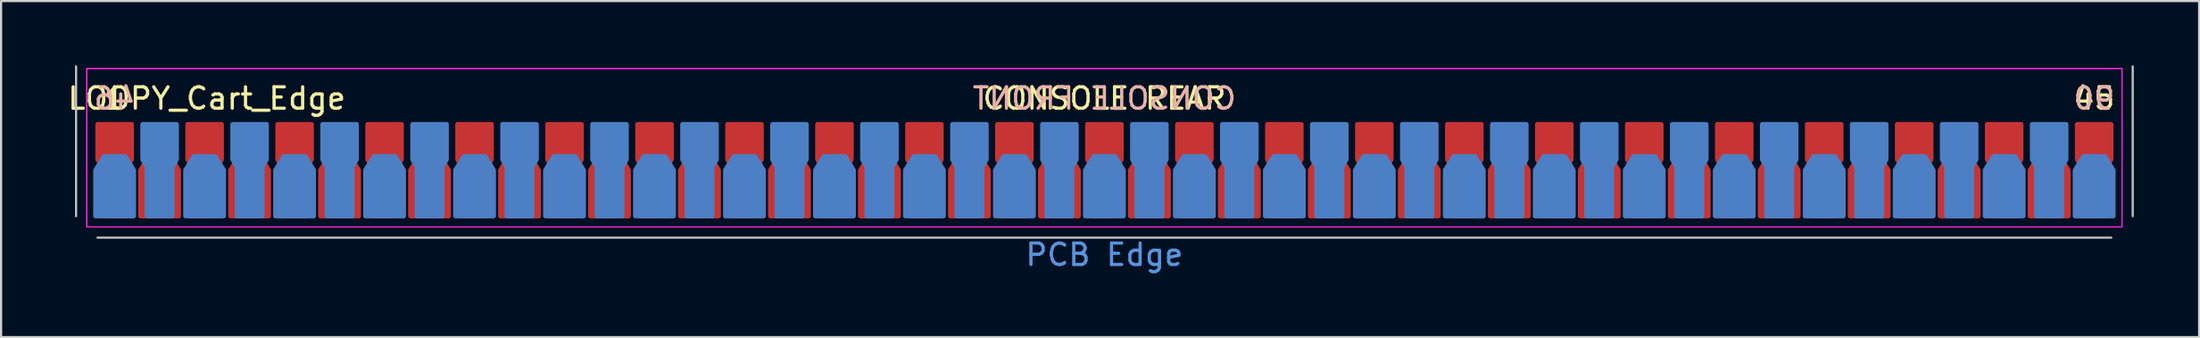
<source format=kicad_pcb>
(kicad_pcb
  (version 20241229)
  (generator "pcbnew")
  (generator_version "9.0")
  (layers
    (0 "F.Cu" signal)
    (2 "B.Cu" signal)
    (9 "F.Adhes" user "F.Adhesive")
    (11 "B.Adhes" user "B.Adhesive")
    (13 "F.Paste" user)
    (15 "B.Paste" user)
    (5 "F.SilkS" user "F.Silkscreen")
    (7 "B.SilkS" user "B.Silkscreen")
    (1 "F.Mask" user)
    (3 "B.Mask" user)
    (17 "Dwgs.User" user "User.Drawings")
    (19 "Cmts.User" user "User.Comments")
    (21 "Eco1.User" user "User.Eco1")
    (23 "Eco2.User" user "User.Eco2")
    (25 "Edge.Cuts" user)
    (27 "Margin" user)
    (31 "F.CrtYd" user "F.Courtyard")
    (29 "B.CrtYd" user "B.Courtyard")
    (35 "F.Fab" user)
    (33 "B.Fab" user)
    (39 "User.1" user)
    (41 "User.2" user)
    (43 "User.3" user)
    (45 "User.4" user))
  (footprint "LOOPY_Cart_Edge"
    (layer "F.Cu")
    (at 48.501 3.85)
    (property "Reference" "LOOPY_Cart_Edge" (at -41.9 -2.3 180) (layer "F.SilkS") (effects (font (size 1 1) (thickness 0.15))))
    (attr through_hole)
    (fp_rect (start -48.1 -1.3) (end 48.1 4.3) (stroke (width 0) (type solid)) (fill yes) (layer "F.Mask"))
    (fp_rect (start -48.1 -1.3) (end 48.1 4.3) (stroke (width 0) (type solid)) (fill yes) (layer "B.Mask"))
    (fp_line (start -48 3.2) (end -48 -3.8) (stroke (width 0.1) (type default)) (layer "Dwgs.User"))
    (fp_line (start -47 4.2) (end 47 4.2) (stroke (width 0.1) (type default)) (layer "Dwgs.User"))
    (fp_line (start 48 3.2) (end 48 -3.8) (stroke (width 0.1) (type default)) (layer "Dwgs.User"))
    (fp_rect (start -47.5 -3.7) (end 47.5 3.7) (stroke (width 0.05) (type default)) (fill no) (layer "F.CrtYd"))
    (fp_rect (start -47.5 -3.7) (end 47.5 3.7) (stroke (width 0.05) (type default)) (fill no) (layer "F.CrtYd"))
    (fp_text user "1" (at -46.2 -2.3 0) (unlocked yes) (layer "F.SilkS") (effects (font (size 1 1) (thickness 0.15))))
    (fp_text user "CONSOLE REAR" (at 0 -2.3 0) (unlocked yes) (layer "F.SilkS") (effects (font (size 1 1) (thickness 0.15))))
    (fp_text user "45" (at 46.2 -2.3 0) (unlocked yes) (layer "F.SilkS") (effects (font (size 1 1) (thickness 0.15))))
    (fp_text user "CONSOLE FRONT" (at 0 -2.3 0) (unlocked yes) (layer "B.SilkS") (effects (font (size 1 1) (thickness 0.15)) (justify mirror)))
    (fp_text user "90" (at 46.2 -2.3 0) (unlocked yes) (layer "B.SilkS") (effects (font (size 1 1) (thickness 0.15)) (justify mirror)))
    (fp_text user "46" (at -46.2 -2.3 0) (unlocked yes) (layer "B.SilkS") (effects (font (size 1 1) (thickness 0.15)) (justify mirror)))
    (fp_text user "PCB Edge" (at 0 5 0) (unlocked yes) (layer "Cmts.User") (effects (font (size 1 1) (thickness 0.15))))
    (pad "1" connect custom (at -46.2 1.8) (size 1 1) (layers "F.Cu" "F.Mask") (options (anchor rect)) (primitives (gr_poly (pts (xy 0.6 1.4) (xy -0.6 1.4) (xy -0.6 -0.9) (xy -0.8 -1.25) (xy -0.8 -2.9) (xy 0.8 -2.9) (xy 0.8 -1.25) (xy 0.6 -0.9)) (width 0.2) (fill yes))))
    (pad "2" connect custom (at -44.1 1.8) (size 1 1) (layers "F.Cu" "F.Mask") (options (anchor rect)) (primitives (gr_poly (pts (xy 0.9 1.4) (xy -0.9 1.4) (xy -0.9 -0.75) (xy -0.5 -1.4) (xy 0.5 -1.4) (xy 0.9 -0.75)) (width 0.2) (fill yes))))
    (pad "3" connect custom (at -42 1.8) (size 1 1) (layers "F.Cu" "F.Mask") (options (anchor rect)) (primitives (gr_poly (pts (xy 0.6 1.4) (xy -0.6 1.4) (xy -0.6 -0.9) (xy -0.8 -1.25) (xy -0.8 -2.9) (xy 0.8 -2.9) (xy 0.8 -1.25) (xy 0.6 -0.9)) (width 0.2) (fill yes))))
    (pad "4" connect custom (at -39.9 1.8) (size 1 1) (layers "F.Cu" "F.Mask") (options (anchor rect)) (primitives (gr_poly (pts (xy 0.9 1.4) (xy -0.9 1.4) (xy -0.9 -0.75) (xy -0.5 -1.4) (xy 0.5 -1.4) (xy 0.9 -0.75)) (width 0.2) (fill yes))))
    (pad "5" connect custom (at -37.8 1.8) (size 1 1) (layers "F.Cu" "F.Mask") (options (anchor rect)) (primitives (gr_poly (pts (xy 0.6 1.4) (xy -0.6 1.4) (xy -0.6 -0.9) (xy -0.8 -1.25) (xy -0.8 -2.9) (xy 0.8 -2.9) (xy 0.8 -1.25) (xy 0.6 -0.9)) (width 0.2) (fill yes))))
    (pad "6" connect custom (at -35.7 1.8) (size 1 1) (layers "F.Cu" "F.Mask") (options (anchor rect)) (primitives (gr_poly (pts (xy 0.9 1.4) (xy -0.9 1.4) (xy -0.9 -0.75) (xy -0.5 -1.4) (xy 0.5 -1.4) (xy 0.9 -0.75)) (width 0.2) (fill yes))))
    (pad "7" connect custom (at -33.6 1.8) (size 1 1) (layers "F.Cu" "F.Mask") (options (anchor rect)) (primitives (gr_poly (pts (xy 0.6 1.4) (xy -0.6 1.4) (xy -0.6 -0.9) (xy -0.8 -1.25) (xy -0.8 -2.9) (xy 0.8 -2.9) (xy 0.8 -1.25) (xy 0.6 -0.9)) (width 0.2) (fill yes))))
    (pad "8" connect custom (at -31.5 1.8) (size 1 1) (layers "F.Cu" "F.Mask") (options (anchor rect)) (primitives (gr_poly (pts (xy 0.9 1.4) (xy -0.9 1.4) (xy -0.9 -0.75) (xy -0.5 -1.4) (xy 0.5 -1.4) (xy 0.9 -0.75)) (width 0.2) (fill yes))))
    (pad "9" connect custom (at -29.4 1.8) (size 1 1) (layers "F.Cu" "F.Mask") (options (anchor rect)) (primitives (gr_poly (pts (xy 0.6 1.4) (xy -0.6 1.4) (xy -0.6 -0.9) (xy -0.8 -1.25) (xy -0.8 -2.9) (xy 0.8 -2.9) (xy 0.8 -1.25) (xy 0.6 -0.9)) (width 0.2) (fill yes))))
    (pad "10" connect custom (at -27.3 1.8) (size 1 1) (layers "F.Cu" "F.Mask") (options (anchor rect)) (primitives (gr_poly (pts (xy 0.9 1.4) (xy -0.9 1.4) (xy -0.9 -0.75) (xy -0.5 -1.4) (xy 0.5 -1.4) (xy 0.9 -0.75)) (width 0.2) (fill yes))))
    (pad "11" connect custom (at -25.2 1.8) (size 1 1) (layers "F.Cu" "F.Mask") (options (anchor rect)) (primitives (gr_poly (pts (xy 0.6 1.4) (xy -0.6 1.4) (xy -0.6 -0.9) (xy -0.8 -1.25) (xy -0.8 -2.9) (xy 0.8 -2.9) (xy 0.8 -1.25) (xy 0.6 -0.9)) (width 0.2) (fill yes))))
    (pad "12" connect custom (at -23.1 1.8) (size 1 1) (layers "F.Cu" "F.Mask") (options (anchor rect)) (primitives (gr_poly (pts (xy 0.9 1.4) (xy -0.9 1.4) (xy -0.9 -0.75) (xy -0.5 -1.4) (xy 0.5 -1.4) (xy 0.9 -0.75)) (width 0.2) (fill yes))))
    (pad "13" connect custom (at -21 1.8) (size 1 1) (layers "F.Cu" "F.Mask") (options (anchor rect)) (primitives (gr_poly (pts (xy 0.6 1.4) (xy -0.6 1.4) (xy -0.6 -0.9) (xy -0.8 -1.25) (xy -0.8 -2.9) (xy 0.8 -2.9) (xy 0.8 -1.25) (xy 0.6 -0.9)) (width 0.2) (fill yes))))
    (pad "14" connect custom (at -18.9 1.8) (size 1 1) (layers "F.Cu" "F.Mask") (options (anchor rect)) (primitives (gr_poly (pts (xy 0.9 1.4) (xy -0.9 1.4) (xy -0.9 -0.75) (xy -0.5 -1.4) (xy 0.5 -1.4) (xy 0.9 -0.75)) (width 0.2) (fill yes))))
    (pad "15" connect custom (at -16.8 1.8) (size 1 1) (layers "F.Cu" "F.Mask") (options (anchor rect)) (primitives (gr_poly (pts (xy 0.6 1.4) (xy -0.6 1.4) (xy -0.6 -0.9) (xy -0.8 -1.25) (xy -0.8 -2.9) (xy 0.8 -2.9) (xy 0.8 -1.25) (xy 0.6 -0.9)) (width 0.2) (fill yes))))
    (pad "16" connect custom (at -14.7 1.8) (size 1 1) (layers "F.Cu" "F.Mask") (options (anchor rect)) (primitives (gr_poly (pts (xy 0.9 1.4) (xy -0.9 1.4) (xy -0.9 -0.75) (xy -0.5 -1.4) (xy 0.5 -1.4) (xy 0.9 -0.75)) (width 0.2) (fill yes))))
    (pad "17" connect custom (at -12.6 1.8) (size 1 1) (layers "F.Cu" "F.Mask") (options (anchor rect)) (primitives (gr_poly (pts (xy 0.6 1.4) (xy -0.6 1.4) (xy -0.6 -0.9) (xy -0.8 -1.25) (xy -0.8 -2.9) (xy 0.8 -2.9) (xy 0.8 -1.25) (xy 0.6 -0.9)) (width 0.2) (fill yes))))
    (pad "18" connect custom (at -10.5 1.8) (size 1 1) (layers "F.Cu" "F.Mask") (options (anchor rect)) (primitives (gr_poly (pts (xy 0.9 1.4) (xy -0.9 1.4) (xy -0.9 -0.75) (xy -0.5 -1.4) (xy 0.5 -1.4) (xy 0.9 -0.75)) (width 0.2) (fill yes))))
    (pad "19" connect custom (at -8.4 1.8) (size 1 1) (layers "F.Cu" "F.Mask") (options (anchor rect)) (primitives (gr_poly (pts (xy 0.6 1.4) (xy -0.6 1.4) (xy -0.6 -0.9) (xy -0.8 -1.25) (xy -0.8 -2.9) (xy 0.8 -2.9) (xy 0.8 -1.25) (xy 0.6 -0.9)) (width 0.2) (fill yes))))
    (pad "20" connect custom (at -6.3 1.8) (size 1 1) (layers "F.Cu" "F.Mask") (options (anchor rect)) (primitives (gr_poly (pts (xy 0.9 1.4) (xy -0.9 1.4) (xy -0.9 -0.75) (xy -0.5 -1.4) (xy 0.5 -1.4) (xy 0.9 -0.75)) (width 0.2) (fill yes))))
    (pad "21" connect custom (at -4.2 1.8) (size 1 1) (layers "F.Cu" "F.Mask") (options (anchor rect)) (primitives (gr_poly (pts (xy 0.6 1.4) (xy -0.6 1.4) (xy -0.6 -0.9) (xy -0.8 -1.25) (xy -0.8 -2.9) (xy 0.8 -2.9) (xy 0.8 -1.25) (xy 0.6 -0.9)) (width 0.2) (fill yes))))
    (pad "22" connect custom (at -2.1 1.8) (size 1 1) (layers "F.Cu" "F.Mask") (options (anchor rect)) (primitives (gr_poly (pts (xy 0.9 1.4) (xy -0.9 1.4) (xy -0.9 -0.75) (xy -0.5 -1.4) (xy 0.5 -1.4) (xy 0.9 -0.75)) (width 0.2) (fill yes))))
    (pad "23" connect custom (at 0 1.8) (size 1 1) (layers "F.Cu" "F.Mask") (options (anchor rect)) (primitives (gr_poly (pts (xy 0.6 1.4) (xy -0.6 1.4) (xy -0.6 -0.9) (xy -0.8 -1.25) (xy -0.8 -2.9) (xy 0.8 -2.9) (xy 0.8 -1.25) (xy 0.6 -0.9)) (width 0.2) (fill yes))))
    (pad "24" connect custom (at 2.1 1.8) (size 1 1) (layers "F.Cu" "F.Mask") (options (anchor rect)) (primitives (gr_poly (pts (xy 0.9 1.4) (xy -0.9 1.4) (xy -0.9 -0.75) (xy -0.5 -1.4) (xy 0.5 -1.4) (xy 0.9 -0.75)) (width 0.2) (fill yes))))
    (pad "25" connect custom (at 4.2 1.8) (size 1 1) (layers "F.Cu" "F.Mask") (options (anchor rect)) (primitives (gr_poly (pts (xy 0.6 1.4) (xy -0.6 1.4) (xy -0.6 -0.9) (xy -0.8 -1.25) (xy -0.8 -2.9) (xy 0.8 -2.9) (xy 0.8 -1.25) (xy 0.6 -0.9)) (width 0.2) (fill yes))))
    (pad "26" connect custom (at 6.3 1.8) (size 1 1) (layers "F.Cu" "F.Mask") (options (anchor rect)) (primitives (gr_poly (pts (xy 0.9 1.4) (xy -0.9 1.4) (xy -0.9 -0.75) (xy -0.5 -1.4) (xy 0.5 -1.4) (xy 0.9 -0.75)) (width 0.2) (fill yes))))
    (pad "27" connect custom (at 8.4 1.8) (size 1 1) (layers "F.Cu" "F.Mask") (options (anchor rect)) (primitives (gr_poly (pts (xy 0.6 1.4) (xy -0.6 1.4) (xy -0.6 -0.9) (xy -0.8 -1.25) (xy -0.8 -2.9) (xy 0.8 -2.9) (xy 0.8 -1.25) (xy 0.6 -0.9)) (width 0.2) (fill yes))))
    (pad "28" connect custom (at 10.5 1.8) (size 1 1) (layers "F.Cu" "F.Mask") (options (anchor rect)) (primitives (gr_poly (pts (xy 0.9 1.4) (xy -0.9 1.4) (xy -0.9 -0.75) (xy -0.5 -1.4) (xy 0.5 -1.4) (xy 0.9 -0.75)) (width 0.2) (fill yes))))
    (pad "29" connect custom (at 12.6 1.8) (size 1 1) (layers "F.Cu" "F.Mask") (options (anchor rect)) (primitives (gr_poly (pts (xy 0.6 1.4) (xy -0.6 1.4) (xy -0.6 -0.9) (xy -0.8 -1.25) (xy -0.8 -2.9) (xy 0.8 -2.9) (xy 0.8 -1.25) (xy 0.6 -0.9)) (width 0.2) (fill yes))))
    (pad "30" connect custom (at 14.7 1.8) (size 1 1) (layers "F.Cu" "F.Mask") (options (anchor rect)) (primitives (gr_poly (pts (xy 0.9 1.4) (xy -0.9 1.4) (xy -0.9 -0.75) (xy -0.5 -1.4) (xy 0.5 -1.4) (xy 0.9 -0.75)) (width 0.2) (fill yes))))
    (pad "31" connect custom (at 16.8 1.8) (size 1 1) (layers "F.Cu" "F.Mask") (options (anchor rect)) (primitives (gr_poly (pts (xy 0.6 1.4) (xy -0.6 1.4) (xy -0.6 -0.9) (xy -0.8 -1.25) (xy -0.8 -2.9) (xy 0.8 -2.9) (xy 0.8 -1.25) (xy 0.6 -0.9)) (width 0.2) (fill yes))))
    (pad "32" connect custom (at 18.9 1.8) (size 1 1) (layers "F.Cu" "F.Mask") (options (anchor rect)) (primitives (gr_poly (pts (xy 0.9 1.4) (xy -0.9 1.4) (xy -0.9 -0.75) (xy -0.5 -1.4) (xy 0.5 -1.4) (xy 0.9 -0.75)) (width 0.2) (fill yes))))
    (pad "33" connect custom (at 21 1.8) (size 1 1) (layers "F.Cu" "F.Mask") (options (anchor rect)) (primitives (gr_poly (pts (xy 0.6 1.4) (xy -0.6 1.4) (xy -0.6 -0.9) (xy -0.8 -1.25) (xy -0.8 -2.9) (xy 0.8 -2.9) (xy 0.8 -1.25) (xy 0.6 -0.9)) (width 0.2) (fill yes))))
    (pad "34" connect custom (at 23.1 1.8) (size 1 1) (layers "F.Cu" "F.Mask") (options (anchor rect)) (primitives (gr_poly (pts (xy 0.9 1.4) (xy -0.9 1.4) (xy -0.9 -0.75) (xy -0.5 -1.4) (xy 0.5 -1.4) (xy 0.9 -0.75)) (width 0.2) (fill yes))))
    (pad "35" connect custom (at 25.2 1.8) (size 1 1) (layers "F.Cu" "F.Mask") (options (anchor rect)) (primitives (gr_poly (pts (xy 0.6 1.4) (xy -0.6 1.4) (xy -0.6 -0.9) (xy -0.8 -1.25) (xy -0.8 -2.9) (xy 0.8 -2.9) (xy 0.8 -1.25) (xy 0.6 -0.9)) (width 0.2) (fill yes))))
    (pad "36" connect custom (at 27.3 1.8) (size 1 1) (layers "F.Cu" "F.Mask") (options (anchor rect)) (primitives (gr_poly (pts (xy 0.9 1.4) (xy -0.9 1.4) (xy -0.9 -0.75) (xy -0.5 -1.4) (xy 0.5 -1.4) (xy 0.9 -0.75)) (width 0.2) (fill yes))))
    (pad "37" connect custom (at 29.4 1.8) (size 1 1) (layers "F.Cu" "F.Mask") (options (anchor rect)) (primitives (gr_poly (pts (xy 0.6 1.4) (xy -0.6 1.4) (xy -0.6 -0.9) (xy -0.8 -1.25) (xy -0.8 -2.9) (xy 0.8 -2.9) (xy 0.8 -1.25) (xy 0.6 -0.9)) (width 0.2) (fill yes))))
    (pad "38" connect custom (at 31.5 1.8) (size 1 1) (layers "F.Cu" "F.Mask") (options (anchor rect)) (primitives (gr_poly (pts (xy 0.9 1.4) (xy -0.9 1.4) (xy -0.9 -0.75) (xy -0.5 -1.4) (xy 0.5 -1.4) (xy 0.9 -0.75)) (width 0.2) (fill yes))))
    (pad "39" connect custom (at 33.6 1.8) (size 1 1) (layers "F.Cu" "F.Mask") (options (anchor rect)) (primitives (gr_poly (pts (xy 0.6 1.4) (xy -0.6 1.4) (xy -0.6 -0.9) (xy -0.8 -1.25) (xy -0.8 -2.9) (xy 0.8 -2.9) (xy 0.8 -1.25) (xy 0.6 -0.9)) (width 0.2) (fill yes))))
    (pad "40" connect custom (at 35.7 1.8) (size 1 1) (layers "F.Cu" "F.Mask") (options (anchor rect)) (primitives (gr_poly (pts (xy 0.9 1.4) (xy -0.9 1.4) (xy -0.9 -0.75) (xy -0.5 -1.4) (xy 0.5 -1.4) (xy 0.9 -0.75)) (width 0.2) (fill yes))))
    (pad "41" connect custom (at 37.8 1.8) (size 1 1) (layers "F.Cu" "F.Mask") (options (anchor rect)) (primitives (gr_poly (pts (xy 0.6 1.4) (xy -0.6 1.4) (xy -0.6 -0.9) (xy -0.8 -1.25) (xy -0.8 -2.9) (xy 0.8 -2.9) (xy 0.8 -1.25) (xy 0.6 -0.9)) (width 0.2) (fill yes))))
    (pad "42" connect custom (at 39.9 1.8) (size 1 1) (layers "F.Cu" "F.Mask") (options (anchor rect)) (primitives (gr_poly (pts (xy 0.9 1.4) (xy -0.9 1.4) (xy -0.9 -0.75) (xy -0.5 -1.4) (xy 0.5 -1.4) (xy 0.9 -0.75)) (width 0.2) (fill yes))))
    (pad "43" connect custom (at 42 1.8) (size 1 1) (layers "F.Cu" "F.Mask") (options (anchor rect)) (primitives (gr_poly (pts (xy 0.6 1.4) (xy -0.6 1.4) (xy -0.6 -0.9) (xy -0.8 -1.25) (xy -0.8 -2.9) (xy 0.8 -2.9) (xy 0.8 -1.25) (xy 0.6 -0.9)) (width 0.2) (fill yes))))
    (pad "44" connect custom (at 44.1 1.8) (size 1 1) (layers "F.Cu" "F.Mask") (options (anchor rect)) (primitives (gr_poly (pts (xy 0.9 1.4) (xy -0.9 1.4) (xy -0.9 -0.75) (xy -0.5 -1.4) (xy 0.5 -1.4) (xy 0.9 -0.75)) (width 0.2) (fill yes))))
    (pad "45" connect custom (at 46.2 1.8) (size 1 1) (layers "F.Cu" "F.Mask") (options (anchor rect)) (primitives (gr_poly (pts (xy 0.6 1.4) (xy -0.6 1.4) (xy -0.6 -0.9) (xy -0.8 -1.25) (xy -0.8 -2.9) (xy 0.8 -2.9) (xy 0.8 -1.25) (xy 0.6 -0.9)) (width 0.2) (fill yes))))
    (pad "46" connect custom (at -46.2 1.8) (size 1 1) (layers "B.Cu" "B.Mask") (options (anchor rect)) (primitives (gr_poly (pts (xy -0.9 1.4) (xy 0.9 1.4) (xy 0.9 -0.75) (xy 0.5 -1.4) (xy -0.5 -1.4) (xy -0.9 -0.75)) (width 0.2) (fill yes))))
    (pad "47" connect custom (at -44.1 1.8) (size 1 1) (layers "B.Cu" "B.Mask") (options (anchor rect)) (primitives (gr_poly (pts (xy -0.6 1.4) (xy 0.6 1.4) (xy 0.6 -0.9) (xy 0.8 -1.25) (xy 0.8 -2.9) (xy -0.8 -2.9) (xy -0.8 -1.25) (xy -0.6 -0.9)) (width 0.2) (fill yes))))
    (pad "48" connect custom (at -42 1.8) (size 1 1) (layers "B.Cu" "B.Mask") (options (anchor rect)) (primitives (gr_poly (pts (xy -0.9 1.4) (xy 0.9 1.4) (xy 0.9 -0.75) (xy 0.5 -1.4) (xy -0.5 -1.4) (xy -0.9 -0.75)) (width 0.2) (fill yes))))
    (pad "49" connect custom (at -39.9 1.8) (size 1 1) (layers "B.Cu" "B.Mask") (options (anchor rect)) (primitives (gr_poly (pts (xy -0.6 1.4) (xy 0.6 1.4) (xy 0.6 -0.9) (xy 0.8 -1.25) (xy 0.8 -2.9) (xy -0.8 -2.9) (xy -0.8 -1.25) (xy -0.6 -0.9)) (width 0.2) (fill yes))))
    (pad "50" connect custom (at -37.8 1.8) (size 1 1) (layers "B.Cu" "B.Mask") (options (anchor rect)) (primitives (gr_poly (pts (xy -0.9 1.4) (xy 0.9 1.4) (xy 0.9 -0.75) (xy 0.5 -1.4) (xy -0.5 -1.4) (xy -0.9 -0.75)) (width 0.2) (fill yes))))
    (pad "51" connect custom (at -35.7 1.8) (size 1 1) (layers "B.Cu" "B.Mask") (options (anchor rect)) (primitives (gr_poly (pts (xy -0.6 1.4) (xy 0.6 1.4) (xy 0.6 -0.9) (xy 0.8 -1.25) (xy 0.8 -2.9) (xy -0.8 -2.9) (xy -0.8 -1.25) (xy -0.6 -0.9)) (width 0.2) (fill yes))))
    (pad "52" connect custom (at -33.6 1.8) (size 1 1) (layers "B.Cu" "B.Mask") (options (anchor rect)) (primitives (gr_poly (pts (xy -0.9 1.4) (xy 0.9 1.4) (xy 0.9 -0.75) (xy 0.5 -1.4) (xy -0.5 -1.4) (xy -0.9 -0.75)) (width 0.2) (fill yes))))
    (pad "53" connect custom (at -31.5 1.8) (size 1 1) (layers "B.Cu" "B.Mask") (options (anchor rect)) (primitives (gr_poly (pts (xy -0.6 1.4) (xy 0.6 1.4) (xy 0.6 -0.9) (xy 0.8 -1.25) (xy 0.8 -2.9) (xy -0.8 -2.9) (xy -0.8 -1.25) (xy -0.6 -0.9)) (width 0.2) (fill yes))))
    (pad "54" connect custom (at -29.4 1.8) (size 1 1) (layers "B.Cu" "B.Mask") (options (anchor rect)) (primitives (gr_poly (pts (xy -0.9 1.4) (xy 0.9 1.4) (xy 0.9 -0.75) (xy 0.5 -1.4) (xy -0.5 -1.4) (xy -0.9 -0.75)) (width 0.2) (fill yes))))
    (pad "55" connect custom (at -27.3 1.8) (size 1 1) (layers "B.Cu" "B.Mask") (options (anchor rect)) (primitives (gr_poly (pts (xy -0.6 1.4) (xy 0.6 1.4) (xy 0.6 -0.9) (xy 0.8 -1.25) (xy 0.8 -2.9) (xy -0.8 -2.9) (xy -0.8 -1.25) (xy -0.6 -0.9)) (width 0.2) (fill yes))))
    (pad "56" connect custom (at -25.2 1.8) (size 1 1) (layers "B.Cu" "B.Mask") (options (anchor rect)) (primitives (gr_poly (pts (xy -0.9 1.4) (xy 0.9 1.4) (xy 0.9 -0.75) (xy 0.5 -1.4) (xy -0.5 -1.4) (xy -0.9 -0.75)) (width 0.2) (fill yes))))
    (pad "57" connect custom (at -23.1 1.8) (size 1 1) (layers "B.Cu" "B.Mask") (options (anchor rect)) (primitives (gr_poly (pts (xy -0.6 1.4) (xy 0.6 1.4) (xy 0.6 -0.9) (xy 0.8 -1.25) (xy 0.8 -2.9) (xy -0.8 -2.9) (xy -0.8 -1.25) (xy -0.6 -0.9)) (width 0.2) (fill yes))))
    (pad "58" connect custom (at -21 1.8) (size 1 1) (layers "B.Cu" "B.Mask") (options (anchor rect)) (primitives (gr_poly (pts (xy -0.9 1.4) (xy 0.9 1.4) (xy 0.9 -0.75) (xy 0.5 -1.4) (xy -0.5 -1.4) (xy -0.9 -0.75)) (width 0.2) (fill yes))))
    (pad "59" connect custom (at -18.9 1.8) (size 1 1) (layers "B.Cu" "B.Mask") (options (anchor rect)) (primitives (gr_poly (pts (xy -0.6 1.4) (xy 0.6 1.4) (xy 0.6 -0.9) (xy 0.8 -1.25) (xy 0.8 -2.9) (xy -0.8 -2.9) (xy -0.8 -1.25) (xy -0.6 -0.9)) (width 0.2) (fill yes))))
    (pad "60" connect custom (at -16.8 1.8) (size 1 1) (layers "B.Cu" "B.Mask") (options (anchor rect)) (primitives (gr_poly (pts (xy -0.9 1.4) (xy 0.9 1.4) (xy 0.9 -0.75) (xy 0.5 -1.4) (xy -0.5 -1.4) (xy -0.9 -0.75)) (width 0.2) (fill yes))))
    (pad "61" connect custom (at -14.7 1.8) (size 1 1) (layers "B.Cu" "B.Mask") (options (anchor rect)) (primitives (gr_poly (pts (xy -0.6 1.4) (xy 0.6 1.4) (xy 0.6 -0.9) (xy 0.8 -1.25) (xy 0.8 -2.9) (xy -0.8 -2.9) (xy -0.8 -1.25) (xy -0.6 -0.9)) (width 0.2) (fill yes))))
    (pad "62" connect custom (at -12.6 1.8) (size 1 1) (layers "B.Cu" "B.Mask") (options (anchor rect)) (primitives (gr_poly (pts (xy -0.9 1.4) (xy 0.9 1.4) (xy 0.9 -0.75) (xy 0.5 -1.4) (xy -0.5 -1.4) (xy -0.9 -0.75)) (width 0.2) (fill yes))))
    (pad "63" connect custom (at -10.5 1.8) (size 1 1) (layers "B.Cu" "B.Mask") (options (anchor rect)) (primitives (gr_poly (pts (xy -0.6 1.4) (xy 0.6 1.4) (xy 0.6 -0.9) (xy 0.8 -1.25) (xy 0.8 -2.9) (xy -0.8 -2.9) (xy -0.8 -1.25) (xy -0.6 -0.9)) (width 0.2) (fill yes))))
    (pad "64" connect custom (at -8.4 1.8) (size 1 1) (layers "B.Cu" "B.Mask") (options (anchor rect)) (primitives (gr_poly (pts (xy -0.9 1.4) (xy 0.9 1.4) (xy 0.9 -0.75) (xy 0.5 -1.4) (xy -0.5 -1.4) (xy -0.9 -0.75)) (width 0.2) (fill yes))))
    (pad "65" connect custom (at -6.3 1.8) (size 1 1) (layers "B.Cu" "B.Mask") (options (anchor rect)) (primitives (gr_poly (pts (xy -0.6 1.4) (xy 0.6 1.4) (xy 0.6 -0.9) (xy 0.8 -1.25) (xy 0.8 -2.9) (xy -0.8 -2.9) (xy -0.8 -1.25) (xy -0.6 -0.9)) (width 0.2) (fill yes))))
    (pad "66" connect custom (at -4.2 1.8) (size 1 1) (layers "B.Cu" "B.Mask") (options (anchor rect)) (primitives (gr_poly (pts (xy -0.9 1.4) (xy 0.9 1.4) (xy 0.9 -0.75) (xy 0.5 -1.4) (xy -0.5 -1.4) (xy -0.9 -0.75)) (width 0.2) (fill yes))))
    (pad "67" connect custom (at -2.1 1.8) (size 1 1) (layers "B.Cu" "B.Mask") (options (anchor rect)) (primitives (gr_poly (pts (xy -0.6 1.4) (xy 0.6 1.4) (xy 0.6 -0.9) (xy 0.8 -1.25) (xy 0.8 -2.9) (xy -0.8 -2.9) (xy -0.8 -1.25) (xy -0.6 -0.9)) (width 0.2) (fill yes))))
    (pad "68" connect custom (at 0 1.8) (size 1 1) (layers "B.Cu" "B.Mask") (options (anchor rect)) (primitives (gr_poly (pts (xy -0.9 1.4) (xy 0.9 1.4) (xy 0.9 -0.75) (xy 0.5 -1.4) (xy -0.5 -1.4) (xy -0.9 -0.75)) (width 0.2) (fill yes))))
    (pad "69" connect custom (at 2.1 1.8) (size 1 1) (layers "B.Cu" "B.Mask") (options (anchor rect)) (primitives (gr_poly (pts (xy -0.6 1.4) (xy 0.6 1.4) (xy 0.6 -0.9) (xy 0.8 -1.25) (xy 0.8 -2.9) (xy -0.8 -2.9) (xy -0.8 -1.25) (xy -0.6 -0.9)) (width 0.2) (fill yes))))
    (pad "70" connect custom (at 4.2 1.8) (size 1 1) (layers "B.Cu" "B.Mask") (options (anchor rect)) (primitives (gr_poly (pts (xy -0.9 1.4) (xy 0.9 1.4) (xy 0.9 -0.75) (xy 0.5 -1.4) (xy -0.5 -1.4) (xy -0.9 -0.75)) (width 0.2) (fill yes))))
    (pad "71" connect custom (at 6.3 1.8) (size 1 1) (layers "B.Cu" "B.Mask") (options (anchor rect)) (primitives (gr_poly (pts (xy -0.6 1.4) (xy 0.6 1.4) (xy 0.6 -0.9) (xy 0.8 -1.25) (xy 0.8 -2.9) (xy -0.8 -2.9) (xy -0.8 -1.25) (xy -0.6 -0.9)) (width 0.2) (fill yes))))
    (pad "72" connect custom (at 8.4 1.8) (size 1 1) (layers "B.Cu" "B.Mask") (options (anchor rect)) (primitives (gr_poly (pts (xy -0.9 1.4) (xy 0.9 1.4) (xy 0.9 -0.75) (xy 0.5 -1.4) (xy -0.5 -1.4) (xy -0.9 -0.75)) (width 0.2) (fill yes))))
    (pad "73" connect custom (at 10.5 1.8) (size 1 1) (layers "B.Cu" "B.Mask") (options (anchor rect)) (primitives (gr_poly (pts (xy -0.6 1.4) (xy 0.6 1.4) (xy 0.6 -0.9) (xy 0.8 -1.25) (xy 0.8 -2.9) (xy -0.8 -2.9) (xy -0.8 -1.25) (xy -0.6 -0.9)) (width 0.2) (fill yes))))
    (pad "74" connect custom (at 12.6 1.8) (size 1 1) (layers "B.Cu" "B.Mask") (options (anchor rect)) (primitives (gr_poly (pts (xy -0.9 1.4) (xy 0.9 1.4) (xy 0.9 -0.75) (xy 0.5 -1.4) (xy -0.5 -1.4) (xy -0.9 -0.75)) (width 0.2) (fill yes))))
    (pad "75" connect custom (at 14.7 1.8) (size 1 1) (layers "B.Cu" "B.Mask") (options (anchor rect)) (primitives (gr_poly (pts (xy -0.6 1.4) (xy 0.6 1.4) (xy 0.6 -0.9) (xy 0.8 -1.25) (xy 0.8 -2.9) (xy -0.8 -2.9) (xy -0.8 -1.25) (xy -0.6 -0.9)) (width 0.2) (fill yes))))
    (pad "76" connect custom (at 16.8 1.8) (size 1 1) (layers "B.Cu" "B.Mask") (options (anchor rect)) (primitives (gr_poly (pts (xy -0.9 1.4) (xy 0.9 1.4) (xy 0.9 -0.75) (xy 0.5 -1.4) (xy -0.5 -1.4) (xy -0.9 -0.75)) (width 0.2) (fill yes))))
    (pad "77" connect custom (at 18.9 1.8) (size 1 1) (layers "B.Cu" "B.Mask") (options (anchor rect)) (primitives (gr_poly (pts (xy -0.6 1.4) (xy 0.6 1.4) (xy 0.6 -0.9) (xy 0.8 -1.25) (xy 0.8 -2.9) (xy -0.8 -2.9) (xy -0.8 -1.25) (xy -0.6 -0.9)) (width 0.2) (fill yes))))
    (pad "78" connect custom (at 21 1.8) (size 1 1) (layers "B.Cu" "B.Mask") (options (anchor rect)) (primitives (gr_poly (pts (xy -0.9 1.4) (xy 0.9 1.4) (xy 0.9 -0.75) (xy 0.5 -1.4) (xy -0.5 -1.4) (xy -0.9 -0.75)) (width 0.2) (fill yes))))
    (pad "79" connect custom (at 23.1 1.8) (size 1 1) (layers "B.Cu" "B.Mask") (options (anchor rect)) (primitives (gr_poly (pts (xy -0.6 1.4) (xy 0.6 1.4) (xy 0.6 -0.9) (xy 0.8 -1.25) (xy 0.8 -2.9) (xy -0.8 -2.9) (xy -0.8 -1.25) (xy -0.6 -0.9)) (width 0.2) (fill yes))))
    (pad "80" connect custom (at 25.2 1.8) (size 1 1) (layers "B.Cu" "B.Mask") (options (anchor rect)) (primitives (gr_poly (pts (xy -0.9 1.4) (xy 0.9 1.4) (xy 0.9 -0.75) (xy 0.5 -1.4) (xy -0.5 -1.4) (xy -0.9 -0.75)) (width 0.2) (fill yes))))
    (pad "81" connect custom (at 27.3 1.8) (size 1 1) (layers "B.Cu" "B.Mask") (options (anchor rect)) (primitives (gr_poly (pts (xy -0.6 1.4) (xy 0.6 1.4) (xy 0.6 -0.9) (xy 0.8 -1.25) (xy 0.8 -2.9) (xy -0.8 -2.9) (xy -0.8 -1.25) (xy -0.6 -0.9)) (width 0.2) (fill yes))))
    (pad "82" connect custom (at 29.4 1.8) (size 1 1) (layers "B.Cu" "B.Mask") (options (anchor rect)) (primitives (gr_poly (pts (xy -0.9 1.4) (xy 0.9 1.4) (xy 0.9 -0.75) (xy 0.5 -1.4) (xy -0.5 -1.4) (xy -0.9 -0.75)) (width 0.2) (fill yes))))
    (pad "83" connect custom (at 31.5 1.8) (size 1 1) (layers "B.Cu" "B.Mask") (options (anchor rect)) (primitives (gr_poly (pts (xy -0.6 1.4) (xy 0.6 1.4) (xy 0.6 -0.9) (xy 0.8 -1.25) (xy 0.8 -2.9) (xy -0.8 -2.9) (xy -0.8 -1.25) (xy -0.6 -0.9)) (width 0.2) (fill yes))))
    (pad "84" connect custom (at 33.6 1.8) (size 1 1) (layers "B.Cu" "B.Mask") (options (anchor rect)) (primitives (gr_poly (pts (xy -0.9 1.4) (xy 0.9 1.4) (xy 0.9 -0.75) (xy 0.5 -1.4) (xy -0.5 -1.4) (xy -0.9 -0.75)) (width 0.2) (fill yes))))
    (pad "85" connect custom (at 35.7 1.8) (size 1 1) (layers "B.Cu" "B.Mask") (options (anchor rect)) (primitives (gr_poly (pts (xy -0.6 1.4) (xy 0.6 1.4) (xy 0.6 -0.9) (xy 0.8 -1.25) (xy 0.8 -2.9) (xy -0.8 -2.9) (xy -0.8 -1.25) (xy -0.6 -0.9)) (width 0.2) (fill yes))))
    (pad "86" connect custom (at 37.8 1.8) (size 1 1) (layers "B.Cu" "B.Mask") (options (anchor rect)) (primitives (gr_poly (pts (xy -0.9 1.4) (xy 0.9 1.4) (xy 0.9 -0.75) (xy 0.5 -1.4) (xy -0.5 -1.4) (xy -0.9 -0.75)) (width 0.2) (fill yes))))
    (pad "87" connect custom (at 39.9 1.8) (size 1 1) (layers "B.Cu" "B.Mask") (options (anchor rect)) (primitives (gr_poly (pts (xy -0.6 1.4) (xy 0.6 1.4) (xy 0.6 -0.9) (xy 0.8 -1.25) (xy 0.8 -2.9) (xy -0.8 -2.9) (xy -0.8 -1.25) (xy -0.6 -0.9)) (width 0.2) (fill yes))))
    (pad "88" connect custom (at 42 1.8) (size 1 1) (layers "B.Cu" "B.Mask") (options (anchor rect)) (primitives (gr_poly (pts (xy -0.9 1.4) (xy 0.9 1.4) (xy 0.9 -0.75) (xy 0.5 -1.4) (xy -0.5 -1.4) (xy -0.9 -0.75)) (width 0.2) (fill yes))))
    (pad "89" connect custom (at 44.1 1.8) (size 1 1) (layers "B.Cu" "B.Mask") (options (anchor rect)) (primitives (gr_poly (pts (xy -0.6 1.4) (xy 0.6 1.4) (xy 0.6 -0.9) (xy 0.8 -1.25) (xy 0.8 -2.9) (xy -0.8 -2.9) (xy -0.8 -1.25) (xy -0.6 -0.9)) (width 0.2) (fill yes))))
    (pad "90" connect custom (at 46.2 1.8) (size 1 1) (layers "B.Cu" "B.Mask") (options (anchor rect)) (primitives (gr_poly (pts (xy -0.9 1.4) (xy 0.9 1.4) (xy 0.9 -0.75) (xy 0.5 -1.4) (xy -0.5 -1.4) (xy -0.9 -0.75)) (width 0.2) (fill yes)))))
  (gr_rect
    (start -3 -3)
    (end 99.601 12.698)
    (stroke (width 0.1) (type default))
    (fill no)
    (layer "Edge.Cuts")))
</source>
